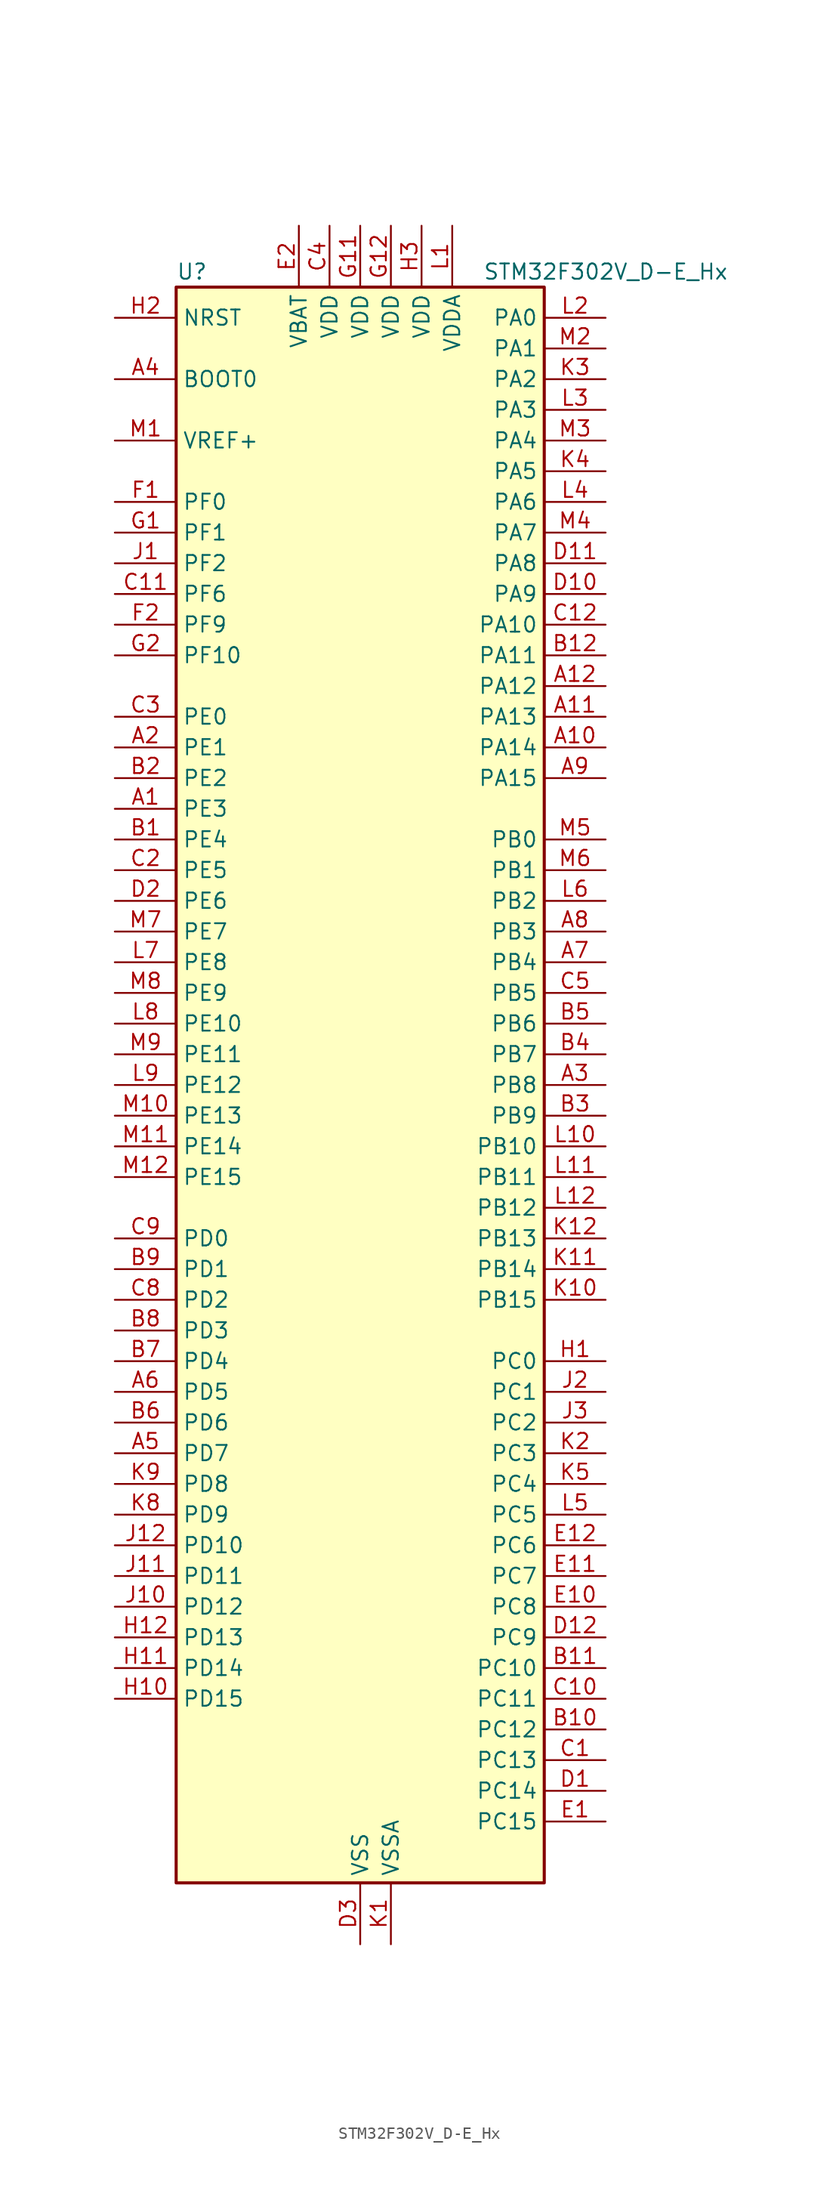
<source format=kicad_sym>
(kicad_symbol_lib
  (version 20220914)
  (generator kicad_symbol_editor)
  (symbol "STM32F302V_D-E_Hx"
    (property "Reference" "U"
      (at -15.24 67.31 0)
      (effects (font (size 1.27 1.27)) (justify left)))
    (property "Value" "STM32F302V_D-E_Hx"
      (at 10.16 67.31 0)
      (effects (font (size 1.27 1.27)) (justify left)))
    (property "ki_locked" ""
      (at 0 0 0)
      (effects (font (size 1.27 1.27))))
    (symbol "STM32F302V_D-E_Hx_0_1"
      (rectangle (start -15.24 -66.04) (end 15.24 66.04) (stroke (width 0.254) (type default)) (fill (type background))))
    (symbol "STM32F302V_D-E_Hx_1_1"
      (pin bidirectional line (at -20.32 22.86 0) (length 5.08) (name "PE3" (effects (font (size 1.27 1.27)))) (number "A1" (effects (font (size 1.27 1.27)))) (alternate "FMC_A19" bidirectional line) (alternate "SPI4_NSS" bidirectional line) (alternate "SYS_TRACED0" bidirectional line) (alternate "TIM3_CH2" bidirectional line) (alternate "TSC_G7_IO2" bidirectional line))
      (pin bidirectional line (at 20.32 27.94 180) (length 5.08) (name "PA14" (effects (font (size 1.27 1.27)))) (number "A10" (effects (font (size 1.27 1.27)))) (alternate "I2C1_SDA" bidirectional line) (alternate "SYS_JTCK-SWCLK" bidirectional line) (alternate "TIM1_BKIN" bidirectional line) (alternate "TSC_G4_IO4" bidirectional line) (alternate "USART2_TX" bidirectional line))
      (pin bidirectional line (at 20.32 30.48 180) (length 5.08) (name "PA13" (effects (font (size 1.27 1.27)))) (number "A11" (effects (font (size 1.27 1.27)))) (alternate "IR_OUT" bidirectional line) (alternate "SYS_JTMS-SWDIO" bidirectional line) (alternate "TIM16_CH1N" bidirectional line) (alternate "TIM4_CH3" bidirectional line) (alternate "TSC_G4_IO3" bidirectional line) (alternate "USART3_CTS" bidirectional line))
      (pin bidirectional line (at 20.32 33.02 180) (length 5.08) (name "PA12" (effects (font (size 1.27 1.27)))) (number "A12" (effects (font (size 1.27 1.27)))) (alternate "CAN_TX" bidirectional line) (alternate "COMP2_OUT" bidirectional line) (alternate "I2S_CKIN" bidirectional line) (alternate "TIM16_CH1" bidirectional line) (alternate "TIM1_CH2N" bidirectional line) (alternate "TIM1_ETR" bidirectional line) (alternate "TIM4_CH2" bidirectional line) (alternate "USART1_DE" bidirectional line) (alternate "USART1_RTS" bidirectional line) (alternate "USB_DP" bidirectional line))
      (pin bidirectional line (at -20.32 27.94 0) (length 5.08) (name "PE1" (effects (font (size 1.27 1.27)))) (number "A2" (effects (font (size 1.27 1.27)))) (alternate "FMC_NBL1" bidirectional line) (alternate "TIM17_CH1" bidirectional line) (alternate "USART1_RX" bidirectional line))
      (pin bidirectional line (at 20.32 0 180) (length 5.08) (name "PB8" (effects (font (size 1.27 1.27)))) (number "A3" (effects (font (size 1.27 1.27)))) (alternate "CAN_RX" bidirectional line) (alternate "COMP1_OUT" bidirectional line) (alternate "I2C1_SCL" bidirectional line) (alternate "TIM16_CH1" bidirectional line) (alternate "TIM1_BKIN" bidirectional line) (alternate "TIM4_CH3" bidirectional line) (alternate "TSC_SYNC" bidirectional line) (alternate "USART3_RX" bidirectional line))
      (pin input line (at -20.32 58.42 0) (length 5.08) (name "BOOT0" (effects (font (size 1.27 1.27)))) (number "A4" (effects (font (size 1.27 1.27)))))
      (pin bidirectional line (at -20.32 -30.48 0) (length 5.08) (name "PD7" (effects (font (size 1.27 1.27)))) (number "A5" (effects (font (size 1.27 1.27)))) (alternate "FMC_NCE2" bidirectional line) (alternate "FMC_NE1" bidirectional line) (alternate "TIM2_CH3" bidirectional line) (alternate "USART2_CK" bidirectional line))
      (pin bidirectional line (at -20.32 -25.4 0) (length 5.08) (name "PD5" (effects (font (size 1.27 1.27)))) (number "A6" (effects (font (size 1.27 1.27)))) (alternate "FMC_NWE" bidirectional line) (alternate "USART2_TX" bidirectional line))
      (pin bidirectional line (at 20.32 10.16 180) (length 5.08) (name "PB4" (effects (font (size 1.27 1.27)))) (number "A7" (effects (font (size 1.27 1.27)))) (alternate "I2S3_ext_SD" bidirectional line) (alternate "SPI1_MISO" bidirectional line) (alternate "SPI3_MISO" bidirectional line) (alternate "SYS_NJTRST" bidirectional line) (alternate "TIM16_CH1" bidirectional line) (alternate "TIM17_BKIN" bidirectional line) (alternate "TIM3_CH1" bidirectional line) (alternate "TSC_G5_IO2" bidirectional line) (alternate "USART2_RX" bidirectional line))
      (pin bidirectional line (at 20.32 12.7 180) (length 5.08) (name "PB3" (effects (font (size 1.27 1.27)))) (number "A8" (effects (font (size 1.27 1.27)))) (alternate "I2S3_CK" bidirectional line) (alternate "SPI1_SCK" bidirectional line) (alternate "SPI3_SCK" bidirectional line) (alternate "SYS_JTDO-TRACESWO" bidirectional line) (alternate "TIM2_CH2" bidirectional line) (alternate "TIM3_ETR" bidirectional line) (alternate "TIM4_ETR" bidirectional line) (alternate "TSC_G5_IO1" bidirectional line) (alternate "USART2_TX" bidirectional line))
      (pin bidirectional line (at 20.32 25.4 180) (length 5.08) (name "PA15" (effects (font (size 1.27 1.27)))) (number "A9" (effects (font (size 1.27 1.27)))) (alternate "ADC1_EXTI15" bidirectional line) (alternate "ADC2_EXTI15" bidirectional line) (alternate "I2C1_SCL" bidirectional line) (alternate "I2S3_WS" bidirectional line) (alternate "SPI1_NSS" bidirectional line) (alternate "SPI3_NSS" bidirectional line) (alternate "SYS_JTDI" bidirectional line) (alternate "TIM1_BKIN" bidirectional line) (alternate "TIM2_CH1" bidirectional line) (alternate "TIM2_ETR" bidirectional line) (alternate "TSC_SYNC" bidirectional line) (alternate "USART2_RX" bidirectional line))
      (pin bidirectional line (at -20.32 20.32 0) (length 5.08) (name "PE4" (effects (font (size 1.27 1.27)))) (number "B1" (effects (font (size 1.27 1.27)))) (alternate "FMC_A20" bidirectional line) (alternate "SPI4_NSS" bidirectional line) (alternate "SYS_TRACED1" bidirectional line) (alternate "TIM3_CH3" bidirectional line) (alternate "TSC_G7_IO3" bidirectional line))
      (pin bidirectional line (at 20.32 -53.34 180) (length 5.08) (name "PC12" (effects (font (size 1.27 1.27)))) (number "B10" (effects (font (size 1.27 1.27)))) (alternate "I2S3_SD" bidirectional line) (alternate "SPI3_MOSI" bidirectional line) (alternate "UART5_TX" bidirectional line) (alternate "USART3_CK" bidirectional line))
      (pin bidirectional line (at 20.32 -48.26 180) (length 5.08) (name "PC10" (effects (font (size 1.27 1.27)))) (number "B11" (effects (font (size 1.27 1.27)))) (alternate "I2S3_CK" bidirectional line) (alternate "SPI3_SCK" bidirectional line) (alternate "UART4_TX" bidirectional line) (alternate "USART3_TX" bidirectional line))
      (pin bidirectional line (at 20.32 35.56 180) (length 5.08) (name "PA11" (effects (font (size 1.27 1.27)))) (number "B12" (effects (font (size 1.27 1.27)))) (alternate "ADC1_EXTI11" bidirectional line) (alternate "ADC2_EXTI11" bidirectional line) (alternate "CAN_RX" bidirectional line) (alternate "COMP1_OUT" bidirectional line) (alternate "I2S2_SD" bidirectional line) (alternate "SPI2_MOSI" bidirectional line) (alternate "TIM1_BKIN2" bidirectional line) (alternate "TIM1_CH1N" bidirectional line) (alternate "TIM1_CH4" bidirectional line) (alternate "TIM4_CH1" bidirectional line) (alternate "USART1_CTS" bidirectional line) (alternate "USB_DM" bidirectional line))
      (pin bidirectional line (at -20.32 25.4 0) (length 5.08) (name "PE2" (effects (font (size 1.27 1.27)))) (number "B2" (effects (font (size 1.27 1.27)))) (alternate "FMC_A23" bidirectional line) (alternate "SPI4_SCK" bidirectional line) (alternate "SYS_TRACECK" bidirectional line) (alternate "TIM3_CH1" bidirectional line) (alternate "TSC_G7_IO1" bidirectional line))
      (pin bidirectional line (at 20.32 -2.54 180) (length 5.08) (name "PB9" (effects (font (size 1.27 1.27)))) (number "B3" (effects (font (size 1.27 1.27)))) (alternate "CAN_TX" bidirectional line) (alternate "COMP2_OUT" bidirectional line) (alternate "DAC1_EXTI9" bidirectional line) (alternate "I2C1_SDA" bidirectional line) (alternate "IR_OUT" bidirectional line) (alternate "TIM17_CH1" bidirectional line) (alternate "TIM4_CH4" bidirectional line) (alternate "USART3_TX" bidirectional line))
      (pin bidirectional line (at 20.32 2.54 180) (length 5.08) (name "PB7" (effects (font (size 1.27 1.27)))) (number "B4" (effects (font (size 1.27 1.27)))) (alternate "FMC_NL" bidirectional line) (alternate "I2C1_SDA" bidirectional line) (alternate "TIM17_CH1N" bidirectional line) (alternate "TIM3_CH4" bidirectional line) (alternate "TIM4_CH2" bidirectional line) (alternate "TSC_G5_IO4" bidirectional line) (alternate "USART1_RX" bidirectional line))
      (pin bidirectional line (at 20.32 5.08 180) (length 5.08) (name "PB6" (effects (font (size 1.27 1.27)))) (number "B5" (effects (font (size 1.27 1.27)))) (alternate "I2C1_SCL" bidirectional line) (alternate "TIM16_CH1N" bidirectional line) (alternate "TIM4_CH1" bidirectional line) (alternate "TSC_G5_IO3" bidirectional line) (alternate "USART1_TX" bidirectional line))
      (pin bidirectional line (at -20.32 -27.94 0) (length 5.08) (name "PD6" (effects (font (size 1.27 1.27)))) (number "B6" (effects (font (size 1.27 1.27)))) (alternate "FMC_NWAIT" bidirectional line) (alternate "TIM2_CH4" bidirectional line) (alternate "USART2_RX" bidirectional line))
      (pin bidirectional line (at -20.32 -22.86 0) (length 5.08) (name "PD4" (effects (font (size 1.27 1.27)))) (number "B7" (effects (font (size 1.27 1.27)))) (alternate "FMC_NOE" bidirectional line) (alternate "TIM2_CH2" bidirectional line) (alternate "USART2_DE" bidirectional line) (alternate "USART2_RTS" bidirectional line))
      (pin bidirectional line (at -20.32 -20.32 0) (length 5.08) (name "PD3" (effects (font (size 1.27 1.27)))) (number "B8" (effects (font (size 1.27 1.27)))) (alternate "FMC_CLK" bidirectional line) (alternate "TIM2_CH1" bidirectional line) (alternate "TIM2_ETR" bidirectional line) (alternate "USART2_CTS" bidirectional line))
      (pin bidirectional line (at -20.32 -15.24 0) (length 5.08) (name "PD1" (effects (font (size 1.27 1.27)))) (number "B9" (effects (font (size 1.27 1.27)))) (alternate "CAN_TX" bidirectional line) (alternate "FMC_D3" bidirectional line) (alternate "FMC_DA3" bidirectional line))
      (pin bidirectional line (at 20.32 -55.88 180) (length 5.08) (name "PC13" (effects (font (size 1.27 1.27)))) (number "C1" (effects (font (size 1.27 1.27)))) (alternate "RTC_OUT_ALARM" bidirectional line) (alternate "RTC_OUT_CALIB" bidirectional line) (alternate "RTC_TAMP1" bidirectional line) (alternate "RTC_TS" bidirectional line) (alternate "SYS_WKUP2" bidirectional line) (alternate "TIM1_CH1N" bidirectional line))
      (pin bidirectional line (at 20.32 -50.8 180) (length 5.08) (name "PC11" (effects (font (size 1.27 1.27)))) (number "C10" (effects (font (size 1.27 1.27)))) (alternate "ADC1_EXTI11" bidirectional line) (alternate "ADC2_EXTI11" bidirectional line) (alternate "I2S3_ext_SD" bidirectional line) (alternate "SPI3_MISO" bidirectional line) (alternate "UART4_RX" bidirectional line) (alternate "USART3_RX" bidirectional line))
      (pin bidirectional line (at -20.32 40.64 0) (length 5.08) (name "PF6" (effects (font (size 1.27 1.27)))) (number "C11" (effects (font (size 1.27 1.27)))) (alternate "FMC_NIORD" bidirectional line) (alternate "I2C2_SCL" bidirectional line) (alternate "TIM4_CH4" bidirectional line) (alternate "USART3_DE" bidirectional line) (alternate "USART3_RTS" bidirectional line))
      (pin bidirectional line (at 20.32 38.1 180) (length 5.08) (name "PA10" (effects (font (size 1.27 1.27)))) (number "C12" (effects (font (size 1.27 1.27)))) (alternate "COMP6_OUT" bidirectional line) (alternate "I2C2_SDA" bidirectional line) (alternate "I2S2_ext_SD" bidirectional line) (alternate "SPI2_MISO" bidirectional line) (alternate "TIM17_BKIN" bidirectional line) (alternate "TIM1_CH3" bidirectional line) (alternate "TIM2_CH4" bidirectional line) (alternate "TSC_G4_IO2" bidirectional line) (alternate "USART1_RX" bidirectional line))
      (pin bidirectional line (at -20.32 17.78 0) (length 5.08) (name "PE5" (effects (font (size 1.27 1.27)))) (number "C2" (effects (font (size 1.27 1.27)))) (alternate "FMC_A21" bidirectional line) (alternate "SPI4_MISO" bidirectional line) (alternate "SYS_TRACED2" bidirectional line) (alternate "TIM3_CH4" bidirectional line) (alternate "TSC_G7_IO4" bidirectional line))
      (pin bidirectional line (at -20.32 30.48 0) (length 5.08) (name "PE0" (effects (font (size 1.27 1.27)))) (number "C3" (effects (font (size 1.27 1.27)))) (alternate "FMC_NBL0" bidirectional line) (alternate "TIM16_CH1" bidirectional line) (alternate "TIM4_ETR" bidirectional line) (alternate "USART1_TX" bidirectional line))
      (pin power_in line (at -2.54 71.12 270) (length 5.08) (name "VDD" (effects (font (size 1.27 1.27)))) (number "C4" (effects (font (size 1.27 1.27)))))
      (pin bidirectional line (at 20.32 7.62 180) (length 5.08) (name "PB5" (effects (font (size 1.27 1.27)))) (number "C5" (effects (font (size 1.27 1.27)))) (alternate "I2C1_SMBA" bidirectional line) (alternate "I2C3_SDA" bidirectional line) (alternate "I2S3_SD" bidirectional line) (alternate "SPI1_MOSI" bidirectional line) (alternate "SPI3_MOSI" bidirectional line) (alternate "TIM16_BKIN" bidirectional line) (alternate "TIM17_CH1" bidirectional line) (alternate "TIM3_CH2" bidirectional line) (alternate "USART2_CK" bidirectional line))
      (pin bidirectional line (at -20.32 -17.78 0) (length 5.08) (name "PD2" (effects (font (size 1.27 1.27)))) (number "C8" (effects (font (size 1.27 1.27)))) (alternate "TIM3_ETR" bidirectional line) (alternate "UART5_RX" bidirectional line))
      (pin bidirectional line (at -20.32 -12.7 0) (length 5.08) (name "PD0" (effects (font (size 1.27 1.27)))) (number "C9" (effects (font (size 1.27 1.27)))) (alternate "CAN_RX" bidirectional line) (alternate "FMC_D2" bidirectional line) (alternate "FMC_DA2" bidirectional line))
      (pin bidirectional line (at 20.32 -58.42 180) (length 5.08) (name "PC14" (effects (font (size 1.27 1.27)))) (number "D1" (effects (font (size 1.27 1.27)))) (alternate "RCC_OSC32_IN" bidirectional line))
      (pin bidirectional line (at 20.32 40.64 180) (length 5.08) (name "PA9" (effects (font (size 1.27 1.27)))) (number "D10" (effects (font (size 1.27 1.27)))) (alternate "DAC1_EXTI9" bidirectional line) (alternate "I2C2_SCL" bidirectional line) (alternate "I2C3_SMBA" bidirectional line) (alternate "I2S3_MCK" bidirectional line) (alternate "TIM15_BKIN" bidirectional line) (alternate "TIM1_CH2" bidirectional line) (alternate "TIM2_CH3" bidirectional line) (alternate "TSC_G4_IO1" bidirectional line) (alternate "USART1_TX" bidirectional line))
      (pin bidirectional line (at 20.32 43.18 180) (length 5.08) (name "PA8" (effects (font (size 1.27 1.27)))) (number "D11" (effects (font (size 1.27 1.27)))) (alternate "I2C2_SMBA" bidirectional line) (alternate "I2C3_SCL" bidirectional line) (alternate "I2S2_MCK" bidirectional line) (alternate "RCC_MCO" bidirectional line) (alternate "TIM1_CH1" bidirectional line) (alternate "TIM4_ETR" bidirectional line) (alternate "USART1_CK" bidirectional line))
      (pin bidirectional line (at 20.32 -45.72 180) (length 5.08) (name "PC9" (effects (font (size 1.27 1.27)))) (number "D12" (effects (font (size 1.27 1.27)))) (alternate "DAC1_EXTI9" bidirectional line) (alternate "I2C3_SDA" bidirectional line) (alternate "I2S_CKIN" bidirectional line) (alternate "TIM3_CH4" bidirectional line))
      (pin bidirectional line (at -20.32 15.24 0) (length 5.08) (name "PE6" (effects (font (size 1.27 1.27)))) (number "D2" (effects (font (size 1.27 1.27)))) (alternate "FMC_A22" bidirectional line) (alternate "RTC_TAMP3" bidirectional line) (alternate "SPI4_MOSI" bidirectional line) (alternate "SYS_TRACED3" bidirectional line) (alternate "SYS_WKUP3" bidirectional line))
      (pin power_in line (at 0 -71.12 90) (length 5.08) (name "VSS" (effects (font (size 1.27 1.27)))) (number "D3" (effects (font (size 1.27 1.27)))))
      (pin bidirectional line (at 20.32 -60.96 180) (length 5.08) (name "PC15" (effects (font (size 1.27 1.27)))) (number "E1" (effects (font (size 1.27 1.27)))) (alternate "ADC1_EXTI15" bidirectional line) (alternate "ADC2_EXTI15" bidirectional line) (alternate "RCC_OSC32_OUT" bidirectional line))
      (pin bidirectional line (at 20.32 -43.18 180) (length 5.08) (name "PC8" (effects (font (size 1.27 1.27)))) (number "E10" (effects (font (size 1.27 1.27)))) (alternate "TIM3_CH3" bidirectional line))
      (pin bidirectional line (at 20.32 -40.64 180) (length 5.08) (name "PC7" (effects (font (size 1.27 1.27)))) (number "E11" (effects (font (size 1.27 1.27)))) (alternate "I2S3_MCK" bidirectional line) (alternate "TIM3_CH2" bidirectional line))
      (pin bidirectional line (at 20.32 -38.1 180) (length 5.08) (name "PC6" (effects (font (size 1.27 1.27)))) (number "E12" (effects (font (size 1.27 1.27)))) (alternate "COMP6_OUT" bidirectional line) (alternate "I2S2_MCK" bidirectional line) (alternate "TIM3_CH1" bidirectional line))
      (pin power_in line (at -5.08 71.12 270) (length 5.08) (name "VBAT" (effects (font (size 1.27 1.27)))) (number "E2" (effects (font (size 1.27 1.27)))))
      (pin passive line (at 0 -71.12 90) (length 5.08) hide (name "VSS" (effects (font (size 1.27 1.27)))) (number "E3" (effects (font (size 1.27 1.27)))))
      (pin bidirectional line (at -20.32 48.26 0) (length 5.08) (name "PF0" (effects (font (size 1.27 1.27)))) (number "F1" (effects (font (size 1.27 1.27)))) (alternate "I2C2_SDA" bidirectional line) (alternate "I2S2_WS" bidirectional line) (alternate "RCC_OSC_IN" bidirectional line) (alternate "SPI2_NSS" bidirectional line) (alternate "TIM1_CH3N" bidirectional line))
      (pin passive line (at 0 -71.12 90) (length 5.08) hide (name "VSS" (effects (font (size 1.27 1.27)))) (number "F11" (effects (font (size 1.27 1.27)))))
      (pin passive line (at 0 -71.12 90) (length 5.08) hide (name "VSS" (effects (font (size 1.27 1.27)))) (number "F12" (effects (font (size 1.27 1.27)))))
      (pin bidirectional line (at -20.32 38.1 0) (length 5.08) (name "PF9" (effects (font (size 1.27 1.27)))) (number "F2" (effects (font (size 1.27 1.27)))) (alternate "DAC1_EXTI9" bidirectional line) (alternate "FMC_CD" bidirectional line) (alternate "SPI2_SCK" bidirectional line) (alternate "TIM15_CH1" bidirectional line))
      (pin bidirectional line (at -20.32 45.72 0) (length 5.08) (name "PF1" (effects (font (size 1.27 1.27)))) (number "G1" (effects (font (size 1.27 1.27)))) (alternate "I2C2_SCL" bidirectional line) (alternate "I2S2_CK" bidirectional line) (alternate "RCC_OSC_OUT" bidirectional line) (alternate "SPI2_SCK" bidirectional line))
      (pin power_in line (at 0 71.12 270) (length 5.08) (name "VDD" (effects (font (size 1.27 1.27)))) (number "G11" (effects (font (size 1.27 1.27)))))
      (pin power_in line (at 2.54 71.12 270) (length 5.08) (name "VDD" (effects (font (size 1.27 1.27)))) (number "G12" (effects (font (size 1.27 1.27)))))
      (pin bidirectional line (at -20.32 35.56 0) (length 5.08) (name "PF10" (effects (font (size 1.27 1.27)))) (number "G2" (effects (font (size 1.27 1.27)))) (alternate "FMC_INTR" bidirectional line) (alternate "SPI2_SCK" bidirectional line) (alternate "TIM15_CH2" bidirectional line))
      (pin bidirectional line (at 20.32 -22.86 180) (length 5.08) (name "PC0" (effects (font (size 1.27 1.27)))) (number "H1" (effects (font (size 1.27 1.27)))) (alternate "ADC1_IN6" bidirectional line) (alternate "ADC2_IN6" bidirectional line) (alternate "TIM1_CH1" bidirectional line))
      (pin bidirectional line (at -20.32 -50.8 0) (length 5.08) (name "PD15" (effects (font (size 1.27 1.27)))) (number "H10" (effects (font (size 1.27 1.27)))) (alternate "ADC1_EXTI15" bidirectional line) (alternate "ADC2_EXTI15" bidirectional line) (alternate "FMC_D1" bidirectional line) (alternate "FMC_DA1" bidirectional line) (alternate "SPI2_NSS" bidirectional line) (alternate "TIM4_CH4" bidirectional line) (alternate "TSC_G8_IO4" bidirectional line))
      (pin bidirectional line (at -20.32 -48.26 0) (length 5.08) (name "PD14" (effects (font (size 1.27 1.27)))) (number "H11" (effects (font (size 1.27 1.27)))) (alternate "FMC_D0" bidirectional line) (alternate "FMC_DA0" bidirectional line) (alternate "OPAMP2_VINP" bidirectional line) (alternate "OPAMP2_VINP_SEC" bidirectional line) (alternate "TIM4_CH3" bidirectional line) (alternate "TSC_G8_IO3" bidirectional line))
      (pin bidirectional line (at -20.32 -45.72 0) (length 5.08) (name "PD13" (effects (font (size 1.27 1.27)))) (number "H12" (effects (font (size 1.27 1.27)))) (alternate "FMC_A18" bidirectional line) (alternate "TIM4_CH2" bidirectional line) (alternate "TSC_G8_IO2" bidirectional line))
      (pin input line (at -20.32 63.5 0) (length 5.08) (name "NRST" (effects (font (size 1.27 1.27)))) (number "H2" (effects (font (size 1.27 1.27)))))
      (pin power_in line (at 5.08 71.12 270) (length 5.08) (name "VDD" (effects (font (size 1.27 1.27)))) (number "H3" (effects (font (size 1.27 1.27)))))
      (pin bidirectional line (at -20.32 43.18 0) (length 5.08) (name "PF2" (effects (font (size 1.27 1.27)))) (number "J1" (effects (font (size 1.27 1.27)))) (alternate "ADC1_IN10" bidirectional line) (alternate "ADC2_IN10" bidirectional line) (alternate "FMC_A2" bidirectional line))
      (pin bidirectional line (at -20.32 -43.18 0) (length 5.08) (name "PD12" (effects (font (size 1.27 1.27)))) (number "J10" (effects (font (size 1.27 1.27)))) (alternate "FMC_A17" bidirectional line) (alternate "FMC_ALE" bidirectional line) (alternate "TIM4_CH1" bidirectional line) (alternate "TSC_G8_IO1" bidirectional line) (alternate "USART3_DE" bidirectional line) (alternate "USART3_RTS" bidirectional line))
      (pin bidirectional line (at -20.32 -40.64 0) (length 5.08) (name "PD11" (effects (font (size 1.27 1.27)))) (number "J11" (effects (font (size 1.27 1.27)))) (alternate "ADC1_EXTI11" bidirectional line) (alternate "ADC2_EXTI11" bidirectional line) (alternate "FMC_A16" bidirectional line) (alternate "FMC_CLE" bidirectional line) (alternate "USART3_CTS" bidirectional line))
      (pin bidirectional line (at -20.32 -38.1 0) (length 5.08) (name "PD10" (effects (font (size 1.27 1.27)))) (number "J12" (effects (font (size 1.27 1.27)))) (alternate "COMP6_INM" bidirectional line) (alternate "FMC_D15" bidirectional line) (alternate "FMC_DA15" bidirectional line) (alternate "USART3_CK" bidirectional line))
      (pin bidirectional line (at 20.32 -25.4 180) (length 5.08) (name "PC1" (effects (font (size 1.27 1.27)))) (number "J2" (effects (font (size 1.27 1.27)))) (alternate "ADC1_IN7" bidirectional line) (alternate "ADC2_IN7" bidirectional line) (alternate "TIM1_CH2" bidirectional line))
      (pin bidirectional line (at 20.32 -27.94 180) (length 5.08) (name "PC2" (effects (font (size 1.27 1.27)))) (number "J3" (effects (font (size 1.27 1.27)))) (alternate "ADC1_IN8" bidirectional line) (alternate "ADC2_IN8" bidirectional line) (alternate "TIM1_CH3" bidirectional line))
      (pin power_in line (at 2.54 -71.12 90) (length 5.08) (name "VSSA" (effects (font (size 1.27 1.27)))) (number "K1" (effects (font (size 1.27 1.27)))))
      (pin bidirectional line (at 20.32 -17.78 180) (length 5.08) (name "PB15" (effects (font (size 1.27 1.27)))) (number "K10" (effects (font (size 1.27 1.27)))) (alternate "ADC1_EXTI15" bidirectional line) (alternate "ADC2_EXTI15" bidirectional line) (alternate "COMP6_INM" bidirectional line) (alternate "I2S2_SD" bidirectional line) (alternate "RTC_REFIN" bidirectional line) (alternate "SPI2_MOSI" bidirectional line) (alternate "TIM15_CH1N" bidirectional line) (alternate "TIM15_CH2" bidirectional line) (alternate "TIM1_CH3N" bidirectional line))
      (pin bidirectional line (at 20.32 -15.24 180) (length 5.08) (name "PB14" (effects (font (size 1.27 1.27)))) (number "K11" (effects (font (size 1.27 1.27)))) (alternate "I2S2_ext_SD" bidirectional line) (alternate "OPAMP2_VINP" bidirectional line) (alternate "OPAMP2_VINP_SEC" bidirectional line) (alternate "SPI2_MISO" bidirectional line) (alternate "TIM15_CH1" bidirectional line) (alternate "TIM1_CH2N" bidirectional line) (alternate "TSC_G6_IO4" bidirectional line) (alternate "USART3_DE" bidirectional line) (alternate "USART3_RTS" bidirectional line))
      (pin bidirectional line (at 20.32 -12.7 180) (length 5.08) (name "PB13" (effects (font (size 1.27 1.27)))) (number "K12" (effects (font (size 1.27 1.27)))) (alternate "I2S2_CK" bidirectional line) (alternate "SPI2_SCK" bidirectional line) (alternate "TIM1_CH1N" bidirectional line) (alternate "TSC_G6_IO3" bidirectional line) (alternate "USART3_CTS" bidirectional line))
      (pin bidirectional line (at 20.32 -30.48 180) (length 5.08) (name "PC3" (effects (font (size 1.27 1.27)))) (number "K2" (effects (font (size 1.27 1.27)))) (alternate "ADC1_IN9" bidirectional line) (alternate "ADC2_IN9" bidirectional line) (alternate "TIM1_BKIN2" bidirectional line) (alternate "TIM1_CH4" bidirectional line))
      (pin bidirectional line (at 20.32 58.42 180) (length 5.08) (name "PA2" (effects (font (size 1.27 1.27)))) (number "K3" (effects (font (size 1.27 1.27)))) (alternate "ADC1_IN3" bidirectional line) (alternate "COMP2_INM" bidirectional line) (alternate "COMP2_OUT" bidirectional line) (alternate "OPAMP1_VOUT" bidirectional line) (alternate "TIM15_CH1" bidirectional line) (alternate "TIM2_CH3" bidirectional line) (alternate "TSC_G1_IO3" bidirectional line) (alternate "USART2_TX" bidirectional line))
      (pin bidirectional line (at 20.32 50.8 180) (length 5.08) (name "PA5" (effects (font (size 1.27 1.27)))) (number "K4" (effects (font (size 1.27 1.27)))) (alternate "ADC2_IN2" bidirectional line) (alternate "COMP1_INM" bidirectional line) (alternate "COMP2_INM" bidirectional line) (alternate "COMP4_INM" bidirectional line) (alternate "COMP6_INM" bidirectional line) (alternate "OPAMP1_VINP" bidirectional line) (alternate "OPAMP1_VINP_SEC" bidirectional line) (alternate "OPAMP2_VINM" bidirectional line) (alternate "OPAMP2_VINM_SEC" bidirectional line) (alternate "SPI1_SCK" bidirectional line) (alternate "TIM2_CH1" bidirectional line) (alternate "TIM2_ETR" bidirectional line) (alternate "TSC_G2_IO2" bidirectional line))
      (pin bidirectional line (at 20.32 -33.02 180) (length 5.08) (name "PC4" (effects (font (size 1.27 1.27)))) (number "K5" (effects (font (size 1.27 1.27)))) (alternate "ADC2_IN5" bidirectional line) (alternate "TIM1_ETR" bidirectional line) (alternate "USART1_TX" bidirectional line))
      (pin bidirectional line (at -20.32 -35.56 0) (length 5.08) (name "PD9" (effects (font (size 1.27 1.27)))) (number "K8" (effects (font (size 1.27 1.27)))) (alternate "DAC1_EXTI9" bidirectional line) (alternate "FMC_D14" bidirectional line) (alternate "FMC_DA14" bidirectional line) (alternate "USART3_RX" bidirectional line))
      (pin bidirectional line (at -20.32 -33.02 0) (length 5.08) (name "PD8" (effects (font (size 1.27 1.27)))) (number "K9" (effects (font (size 1.27 1.27)))) (alternate "FMC_D13" bidirectional line) (alternate "FMC_DA13" bidirectional line) (alternate "USART3_TX" bidirectional line))
      (pin power_in line (at 7.62 71.12 270) (length 5.08) (name "VDDA" (effects (font (size 1.27 1.27)))) (number "L1" (effects (font (size 1.27 1.27)))))
      (pin bidirectional line (at 20.32 -5.08 180) (length 5.08) (name "PB10" (effects (font (size 1.27 1.27)))) (number "L10" (effects (font (size 1.27 1.27)))) (alternate "TIM2_CH3" bidirectional line) (alternate "TSC_SYNC" bidirectional line) (alternate "USART3_TX" bidirectional line))
      (pin bidirectional line (at 20.32 -7.62 180) (length 5.08) (name "PB11" (effects (font (size 1.27 1.27)))) (number "L11" (effects (font (size 1.27 1.27)))) (alternate "ADC1_EXTI11" bidirectional line) (alternate "ADC1_IN14" bidirectional line) (alternate "ADC2_EXTI11" bidirectional line) (alternate "ADC2_IN14" bidirectional line) (alternate "COMP6_INP" bidirectional line) (alternate "TIM2_CH4" bidirectional line) (alternate "TSC_G6_IO1" bidirectional line) (alternate "USART3_RX" bidirectional line))
      (pin bidirectional line (at 20.32 -10.16 180) (length 5.08) (name "PB12" (effects (font (size 1.27 1.27)))) (number "L12" (effects (font (size 1.27 1.27)))) (alternate "I2C2_SMBA" bidirectional line) (alternate "I2S2_WS" bidirectional line) (alternate "SPI2_NSS" bidirectional line) (alternate "TIM1_BKIN" bidirectional line) (alternate "TSC_G6_IO2" bidirectional line) (alternate "USART3_CK" bidirectional line))
      (pin bidirectional line (at 20.32 63.5 180) (length 5.08) (name "PA0" (effects (font (size 1.27 1.27)))) (number "L2" (effects (font (size 1.27 1.27)))) (alternate "ADC1_IN1" bidirectional line) (alternate "COMP1_INM" bidirectional line) (alternate "COMP1_OUT" bidirectional line) (alternate "RTC_TAMP2" bidirectional line) (alternate "SYS_WKUP1" bidirectional line) (alternate "TIM2_CH1" bidirectional line) (alternate "TIM2_ETR" bidirectional line) (alternate "TSC_G1_IO1" bidirectional line) (alternate "USART2_CTS" bidirectional line))
      (pin bidirectional line (at 20.32 55.88 180) (length 5.08) (name "PA3" (effects (font (size 1.27 1.27)))) (number "L3" (effects (font (size 1.27 1.27)))) (alternate "ADC1_IN4" bidirectional line) (alternate "OPAMP1_VINM" bidirectional line) (alternate "OPAMP1_VINM_SEC" bidirectional line) (alternate "OPAMP1_VINP" bidirectional line) (alternate "OPAMP1_VINP_SEC" bidirectional line) (alternate "TIM15_CH2" bidirectional line) (alternate "TIM2_CH4" bidirectional line) (alternate "TSC_G1_IO4" bidirectional line) (alternate "USART2_RX" bidirectional line))
      (pin bidirectional line (at 20.32 48.26 180) (length 5.08) (name "PA6" (effects (font (size 1.27 1.27)))) (number "L4" (effects (font (size 1.27 1.27)))) (alternate "ADC2_IN3" bidirectional line) (alternate "COMP1_OUT" bidirectional line) (alternate "OPAMP2_VOUT" bidirectional line) (alternate "SPI1_MISO" bidirectional line) (alternate "TIM16_CH1" bidirectional line) (alternate "TIM1_BKIN" bidirectional line) (alternate "TIM3_CH1" bidirectional line) (alternate "TSC_G2_IO3" bidirectional line))
      (pin bidirectional line (at 20.32 -35.56 180) (length 5.08) (name "PC5" (effects (font (size 1.27 1.27)))) (number "L5" (effects (font (size 1.27 1.27)))) (alternate "ADC2_IN11" bidirectional line) (alternate "OPAMP1_VINM" bidirectional line) (alternate "OPAMP1_VINM_SEC" bidirectional line) (alternate "OPAMP2_VINM" bidirectional line) (alternate "OPAMP2_VINM_SEC" bidirectional line) (alternate "TIM15_BKIN" bidirectional line) (alternate "TSC_G3_IO1" bidirectional line) (alternate "USART1_RX" bidirectional line))
      (pin bidirectional line (at 20.32 15.24 180) (length 5.08) (name "PB2" (effects (font (size 1.27 1.27)))) (number "L6" (effects (font (size 1.27 1.27)))) (alternate "ADC2_IN12" bidirectional line) (alternate "COMP4_INM" bidirectional line) (alternate "TSC_G3_IO4" bidirectional line))
      (pin bidirectional line (at -20.32 10.16 0) (length 5.08) (name "PE8" (effects (font (size 1.27 1.27)))) (number "L7" (effects (font (size 1.27 1.27)))) (alternate "COMP4_INM" bidirectional line) (alternate "FMC_D5" bidirectional line) (alternate "FMC_DA5" bidirectional line) (alternate "TIM1_CH1N" bidirectional line))
      (pin bidirectional line (at -20.32 5.08 0) (length 5.08) (name "PE10" (effects (font (size 1.27 1.27)))) (number "L8" (effects (font (size 1.27 1.27)))) (alternate "FMC_D7" bidirectional line) (alternate "FMC_DA7" bidirectional line) (alternate "TIM1_CH2N" bidirectional line))
      (pin bidirectional line (at -20.32 0 0) (length 5.08) (name "PE12" (effects (font (size 1.27 1.27)))) (number "L9" (effects (font (size 1.27 1.27)))) (alternate "FMC_D9" bidirectional line) (alternate "FMC_DA9" bidirectional line) (alternate "SPI4_SCK" bidirectional line) (alternate "TIM1_CH3N" bidirectional line))
      (pin input line (at -20.32 53.34 0) (length 5.08) (name "VREF+" (effects (font (size 1.27 1.27)))) (number "M1" (effects (font (size 1.27 1.27)))))
      (pin bidirectional line (at -20.32 -2.54 0) (length 5.08) (name "PE13" (effects (font (size 1.27 1.27)))) (number "M10" (effects (font (size 1.27 1.27)))) (alternate "FMC_D10" bidirectional line) (alternate "FMC_DA10" bidirectional line) (alternate "SPI4_MISO" bidirectional line) (alternate "TIM1_CH3" bidirectional line))
      (pin bidirectional line (at -20.32 -5.08 0) (length 5.08) (name "PE14" (effects (font (size 1.27 1.27)))) (number "M11" (effects (font (size 1.27 1.27)))) (alternate "FMC_D11" bidirectional line) (alternate "FMC_DA11" bidirectional line) (alternate "SPI4_MOSI" bidirectional line) (alternate "TIM1_BKIN2" bidirectional line) (alternate "TIM1_CH4" bidirectional line))
      (pin bidirectional line (at -20.32 -7.62 0) (length 5.08) (name "PE15" (effects (font (size 1.27 1.27)))) (number "M12" (effects (font (size 1.27 1.27)))) (alternate "ADC1_EXTI15" bidirectional line) (alternate "ADC2_EXTI15" bidirectional line) (alternate "FMC_D12" bidirectional line) (alternate "FMC_DA12" bidirectional line) (alternate "TIM1_BKIN" bidirectional line) (alternate "USART3_RX" bidirectional line))
      (pin bidirectional line (at 20.32 60.96 180) (length 5.08) (name "PA1" (effects (font (size 1.27 1.27)))) (number "M2" (effects (font (size 1.27 1.27)))) (alternate "ADC1_IN2" bidirectional line) (alternate "COMP1_INP" bidirectional line) (alternate "OPAMP1_VINP" bidirectional line) (alternate "OPAMP1_VINP_SEC" bidirectional line) (alternate "RTC_REFIN" bidirectional line) (alternate "TIM15_CH1N" bidirectional line) (alternate "TIM2_CH2" bidirectional line) (alternate "TSC_G1_IO2" bidirectional line) (alternate "USART2_DE" bidirectional line) (alternate "USART2_RTS" bidirectional line))
      (pin bidirectional line (at 20.32 53.34 180) (length 5.08) (name "PA4" (effects (font (size 1.27 1.27)))) (number "M3" (effects (font (size 1.27 1.27)))) (alternate "ADC2_IN1" bidirectional line) (alternate "COMP1_INM" bidirectional line) (alternate "COMP2_INM" bidirectional line) (alternate "COMP4_INM" bidirectional line) (alternate "COMP6_INM" bidirectional line) (alternate "DAC1_OUT1" bidirectional line) (alternate "I2S3_WS" bidirectional line) (alternate "SPI1_NSS" bidirectional line) (alternate "SPI3_NSS" bidirectional line) (alternate "TIM3_CH2" bidirectional line) (alternate "TSC_G2_IO1" bidirectional line) (alternate "USART2_CK" bidirectional line))
      (pin bidirectional line (at 20.32 45.72 180) (length 5.08) (name "PA7" (effects (font (size 1.27 1.27)))) (number "M4" (effects (font (size 1.27 1.27)))) (alternate "ADC2_IN4" bidirectional line) (alternate "COMP2_INP" bidirectional line) (alternate "OPAMP1_VINP" bidirectional line) (alternate "OPAMP1_VINP_SEC" bidirectional line) (alternate "OPAMP2_VINP" bidirectional line) (alternate "OPAMP2_VINP_SEC" bidirectional line) (alternate "SPI1_MOSI" bidirectional line) (alternate "TIM17_CH1" bidirectional line) (alternate "TIM1_CH1N" bidirectional line) (alternate "TIM3_CH2" bidirectional line) (alternate "TSC_G2_IO4" bidirectional line))
      (pin bidirectional line (at 20.32 20.32 180) (length 5.08) (name "PB0" (effects (font (size 1.27 1.27)))) (number "M5" (effects (font (size 1.27 1.27)))) (alternate "COMP4_INP" bidirectional line) (alternate "OPAMP2_VINP" bidirectional line) (alternate "OPAMP2_VINP_SEC" bidirectional line) (alternate "TIM1_CH2N" bidirectional line) (alternate "TIM3_CH3" bidirectional line) (alternate "TSC_G3_IO2" bidirectional line))
      (pin bidirectional line (at 20.32 17.78 180) (length 5.08) (name "PB1" (effects (font (size 1.27 1.27)))) (number "M6" (effects (font (size 1.27 1.27)))) (alternate "COMP4_OUT" bidirectional line) (alternate "TIM1_CH3N" bidirectional line) (alternate "TIM3_CH4" bidirectional line) (alternate "TSC_G3_IO3" bidirectional line))
      (pin bidirectional line (at -20.32 12.7 0) (length 5.08) (name "PE7" (effects (font (size 1.27 1.27)))) (number "M7" (effects (font (size 1.27 1.27)))) (alternate "FMC_D4" bidirectional line) (alternate "FMC_DA4" bidirectional line) (alternate "TIM1_ETR" bidirectional line))
      (pin bidirectional line (at -20.32 7.62 0) (length 5.08) (name "PE9" (effects (font (size 1.27 1.27)))) (number "M8" (effects (font (size 1.27 1.27)))) (alternate "DAC1_EXTI9" bidirectional line) (alternate "FMC_D6" bidirectional line) (alternate "FMC_DA6" bidirectional line) (alternate "TIM1_CH1" bidirectional line))
      (pin bidirectional line (at -20.32 2.54 0) (length 5.08) (name "PE11" (effects (font (size 1.27 1.27)))) (number "M9" (effects (font (size 1.27 1.27)))) (alternate "ADC1_EXTI11" bidirectional line) (alternate "ADC2_EXTI11" bidirectional line) (alternate "FMC_D8" bidirectional line) (alternate "FMC_DA8" bidirectional line) (alternate "SPI4_NSS" bidirectional line) (alternate "TIM1_CH2" bidirectional line)))))
</source>
